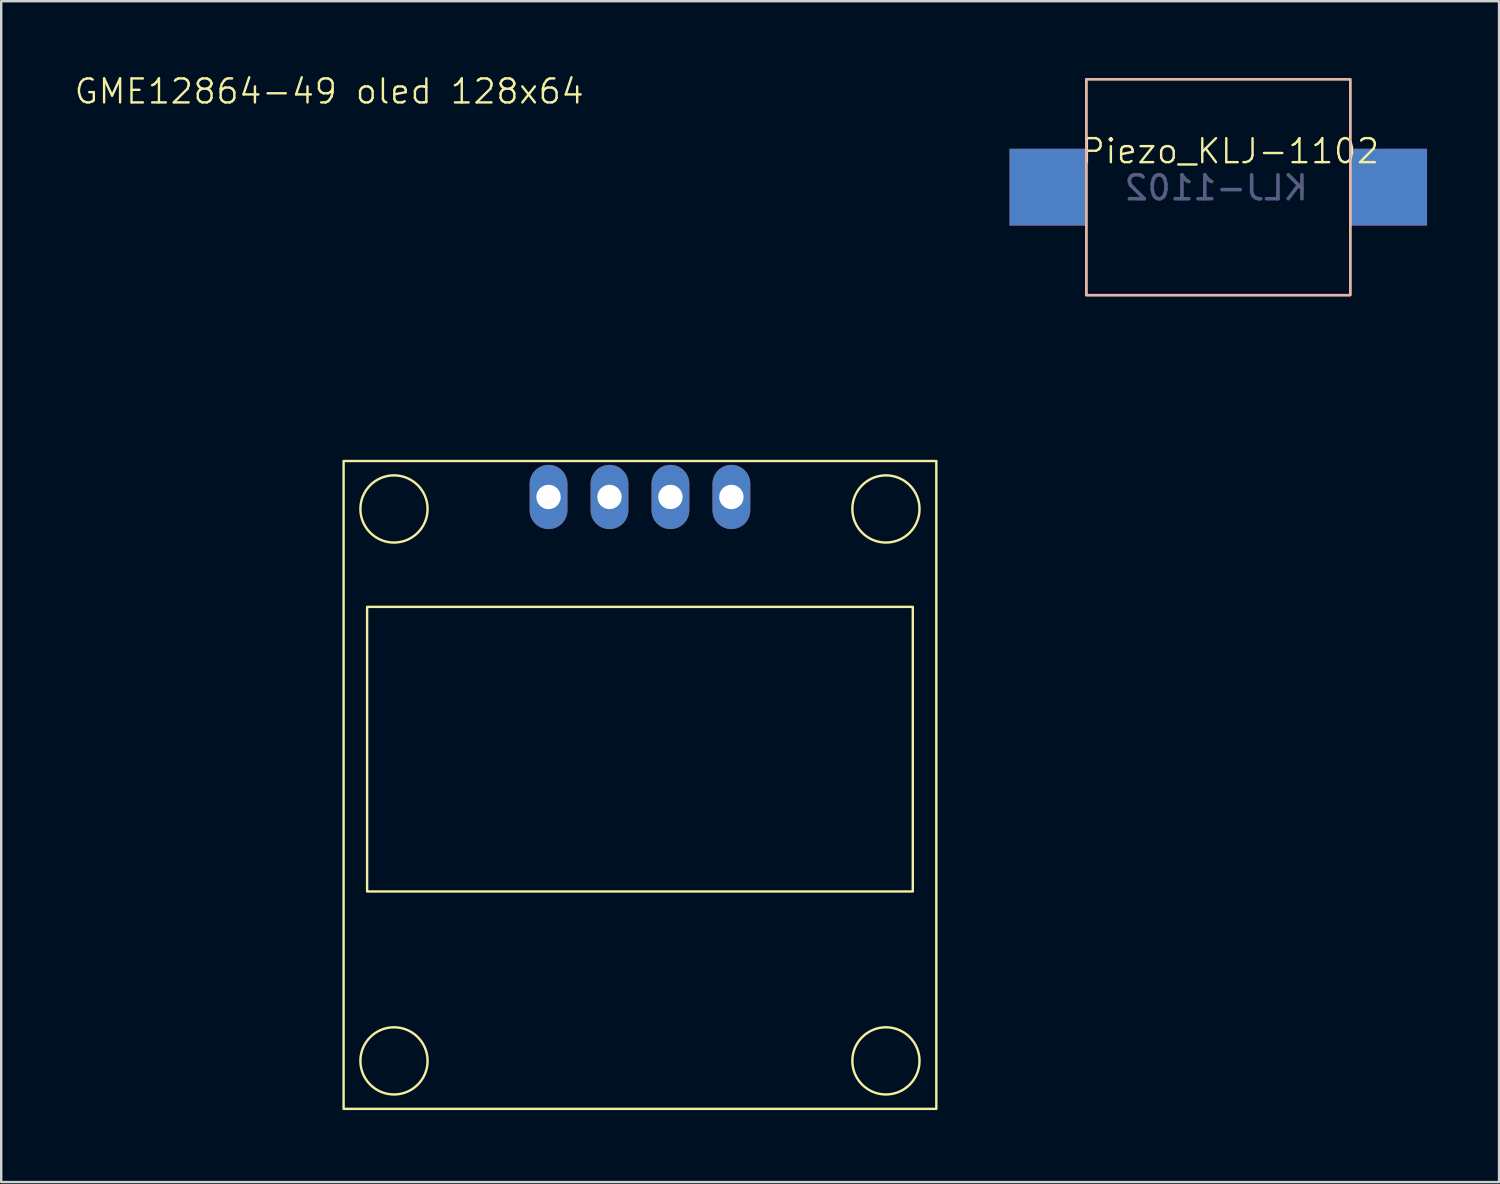
<source format=kicad_pcb>
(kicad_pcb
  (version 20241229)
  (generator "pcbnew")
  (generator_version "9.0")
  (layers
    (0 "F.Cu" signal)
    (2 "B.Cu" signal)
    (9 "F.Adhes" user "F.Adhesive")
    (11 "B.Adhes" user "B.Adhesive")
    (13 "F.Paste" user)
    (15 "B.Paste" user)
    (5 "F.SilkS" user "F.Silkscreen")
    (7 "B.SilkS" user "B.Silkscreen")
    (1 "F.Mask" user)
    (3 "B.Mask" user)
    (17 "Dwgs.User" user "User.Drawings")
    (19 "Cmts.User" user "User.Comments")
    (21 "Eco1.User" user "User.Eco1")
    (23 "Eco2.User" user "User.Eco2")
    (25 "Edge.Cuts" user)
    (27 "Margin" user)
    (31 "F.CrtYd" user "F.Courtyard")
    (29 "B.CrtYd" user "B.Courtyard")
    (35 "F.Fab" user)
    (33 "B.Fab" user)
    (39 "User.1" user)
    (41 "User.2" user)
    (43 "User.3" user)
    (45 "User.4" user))
  (footprint "GME12864-49 oled 128x64"
    (layer "F.Cu")
    (at 11.269 16.16)
    (property "Reference" "GME12864-49 oled 128x64" (at -0.6 -15.4 0) (unlocked yes) (layer "F.SilkS") (effects (font (size 1 1) (thickness 0.1))))
    (attr through_hole)
    (fp_rect (start 0 0) (end 24.7 27) (stroke (width 0.1) (type default)) (fill no) (layer "F.SilkS"))
    (fp_rect (start 0.98 6.08) (end 23.72 17.94) (stroke (width 0.1) (type default)) (fill no) (layer "F.SilkS"))
    (fp_circle (center 2.1 2) (end 3.5 2) (stroke (width 0.1) (type default)) (fill no) (layer "F.SilkS"))
    (fp_circle (center 2.1 25) (end 3.5 25) (stroke (width 0.1) (type default)) (fill no) (layer "F.SilkS"))
    (fp_circle (center 22.6 2) (end 24 2) (stroke (width 0.1) (type default)) (fill no) (layer "F.SilkS"))
    (fp_circle (center 22.6 25) (end 24 25) (stroke (width 0.1) (type default)) (fill no) (layer "F.SilkS"))
    (pad "1" thru_hole oval (at 8.54 1.5) (size 1.574 2.675) (drill 1.016) (layers "*.Cu" "*.Mask"))
    (pad "2" thru_hole oval (at 11.08 1.5) (size 1.574 2.675) (drill 1.016) (layers "*.Cu" "*.Mask"))
    (pad "3" thru_hole oval (at 13.62 1.5) (size 1.574 2.675) (drill 1.016) (layers "*.Cu" "*.Mask"))
    (pad "4" thru_hole oval (at 16.16 1.5) (size 1.574 2.675) (drill 1.016) (layers "*.Cu" "*.Mask")))
  (footprint "Piezo_KLJ-1102"
    (layer "F.Cu")
    (at 42.219 0.25)
    (property "Reference" "Piezo_KLJ-1102" (at 6 3 0) (unlocked yes) (layer "F.SilkS") (effects (font (size 1 1) (thickness 0.1))))
    (attr smd)
    (fp_rect (start 0 0) (end 11 9) (stroke (width 0.1) (type default)) (fill no) (layer "F.SilkS"))
    (fp_rect (start 11 0) (end 0 9) (stroke (width 0.1) (type default)) (fill no) (layer "B.SilkS"))
    (fp_text user "KLJ-1102" (at 5.415 4.527 0) (unlocked yes) (layer "B.Fab") (effects (font (size 1 1) (thickness 0.15)) (justify mirror)))
    (pad "1" smd rect (at 0 2.9) (size 3.2 3.2) (drill (offset -1.6 1.6)) (layers "F.Cu" "F.Mask" "F.Paste"))
    (pad "1" smd rect (at 11 2.9) (size 3.2 3.2) (drill (offset 1.6 1.6)) (layers "B.Cu" "B.Mask" "B.Paste"))
    (pad "2" smd rect (at 0 2.9) (size 3.2 3.2) (drill (offset -1.6 1.6)) (layers "B.Cu" "B.Mask" "B.Paste"))
    (pad "2" smd rect (at 11 2.9) (size 3.2 3.2) (drill (offset 1.6 1.6)) (layers "F.Cu" "F.Mask" "F.Paste")))
  (gr_rect
    (start -3 -3)
    (end 59.419 46.211)
    (stroke (width 0.1) (type default))
    (fill no)
    (layer "Edge.Cuts")))
</source>
